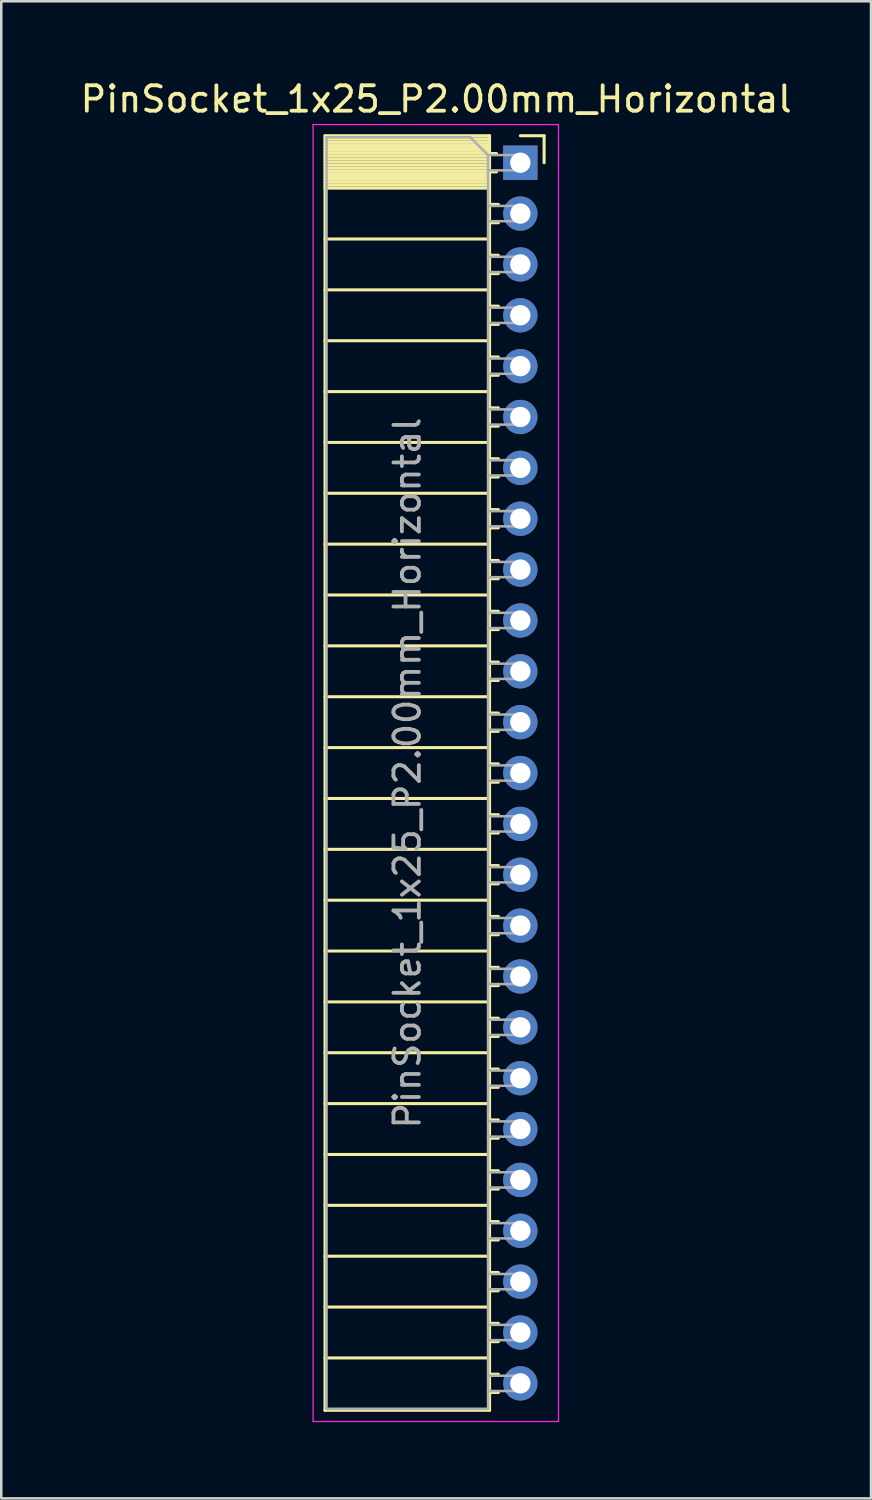
<source format=kicad_pcb>
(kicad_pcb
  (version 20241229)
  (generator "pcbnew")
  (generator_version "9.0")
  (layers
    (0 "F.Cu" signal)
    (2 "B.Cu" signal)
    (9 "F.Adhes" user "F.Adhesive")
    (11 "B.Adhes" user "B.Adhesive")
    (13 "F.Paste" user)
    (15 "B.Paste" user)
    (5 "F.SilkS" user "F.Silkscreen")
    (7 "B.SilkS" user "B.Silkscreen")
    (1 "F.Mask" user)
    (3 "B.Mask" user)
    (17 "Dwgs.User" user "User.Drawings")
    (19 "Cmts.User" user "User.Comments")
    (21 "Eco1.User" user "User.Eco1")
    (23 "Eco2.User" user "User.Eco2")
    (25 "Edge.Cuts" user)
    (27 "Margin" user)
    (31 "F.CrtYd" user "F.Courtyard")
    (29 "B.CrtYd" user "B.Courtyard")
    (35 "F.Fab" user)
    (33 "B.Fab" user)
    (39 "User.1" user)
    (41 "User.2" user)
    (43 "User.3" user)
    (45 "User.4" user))
  (footprint "PinSocket_1x25_P2.00mm_Horizontal"
    (layer "F.Cu")
    (at 17.411 3.348)
    (property "Reference" "PinSocket_1x25_P2.00mm_Horizontal" (at -3.31 -2.5 0) (layer "F.SilkS") (effects (font (size 1 1) (thickness 0.15))))
    (attr through_hole)
    (fp_line (start -7.68 -1.06) (end -7.68 49.06) (stroke (width 0.12) (type solid)) (layer "F.SilkS"))
    (fp_line (start -7.68 -1.06) (end -1.21 -1.06) (stroke (width 0.12) (type solid)) (layer "F.SilkS"))
    (fp_line (start -7.68 -0.94) (end -1.21 -0.94) (stroke (width 0.12) (type solid)) (layer "F.SilkS"))
    (fp_line (start -7.68 -0.826) (end -1.21 -0.826) (stroke (width 0.12) (type solid)) (layer "F.SilkS"))
    (fp_line (start -7.68 -0.712) (end -1.21 -0.712) (stroke (width 0.12) (type solid)) (layer "F.SilkS"))
    (fp_line (start -7.68 -0.598) (end -1.21 -0.598) (stroke (width 0.12) (type solid)) (layer "F.SilkS"))
    (fp_line (start -7.68 -0.484) (end -1.21 -0.484) (stroke (width 0.12) (type solid)) (layer "F.SilkS"))
    (fp_line (start -7.68 -0.369) (end -1.21 -0.369) (stroke (width 0.12) (type solid)) (layer "F.SilkS"))
    (fp_line (start -7.68 -0.255) (end -1.21 -0.255) (stroke (width 0.12) (type solid)) (layer "F.SilkS"))
    (fp_line (start -7.68 -0.141) (end -1.21 -0.141) (stroke (width 0.12) (type solid)) (layer "F.SilkS"))
    (fp_line (start -7.68 -0.027) (end -1.21 -0.027) (stroke (width 0.12) (type solid)) (layer "F.SilkS"))
    (fp_line (start -7.68 0.087) (end -1.21 0.087) (stroke (width 0.12) (type solid)) (layer "F.SilkS"))
    (fp_line (start -7.68 0.201) (end -1.21 0.201) (stroke (width 0.12) (type solid)) (layer "F.SilkS"))
    (fp_line (start -7.68 0.315) (end -1.21 0.315) (stroke (width 0.12) (type solid)) (layer "F.SilkS"))
    (fp_line (start -7.68 0.429) (end -1.21 0.429) (stroke (width 0.12) (type solid)) (layer "F.SilkS"))
    (fp_line (start -7.68 0.544) (end -1.21 0.544) (stroke (width 0.12) (type solid)) (layer "F.SilkS"))
    (fp_line (start -7.68 0.658) (end -1.21 0.658) (stroke (width 0.12) (type solid)) (layer "F.SilkS"))
    (fp_line (start -7.68 0.772) (end -1.21 0.772) (stroke (width 0.12) (type solid)) (layer "F.SilkS"))
    (fp_line (start -7.68 0.886) (end -1.21 0.886) (stroke (width 0.12) (type solid)) (layer "F.SilkS"))
    (fp_line (start -7.68 1) (end -1.21 1) (stroke (width 0.12) (type solid)) (layer "F.SilkS"))
    (fp_line (start -7.68 3) (end -1.21 3) (stroke (width 0.12) (type solid)) (layer "F.SilkS"))
    (fp_line (start -7.68 5) (end -1.21 5) (stroke (width 0.12) (type solid)) (layer "F.SilkS"))
    (fp_line (start -7.68 7) (end -1.21 7) (stroke (width 0.12) (type solid)) (layer "F.SilkS"))
    (fp_line (start -7.68 9) (end -1.21 9) (stroke (width 0.12) (type solid)) (layer "F.SilkS"))
    (fp_line (start -7.68 11) (end -1.21 11) (stroke (width 0.12) (type solid)) (layer "F.SilkS"))
    (fp_line (start -7.68 13) (end -1.21 13) (stroke (width 0.12) (type solid)) (layer "F.SilkS"))
    (fp_line (start -7.68 15) (end -1.21 15) (stroke (width 0.12) (type solid)) (layer "F.SilkS"))
    (fp_line (start -7.68 17) (end -1.21 17) (stroke (width 0.12) (type solid)) (layer "F.SilkS"))
    (fp_line (start -7.68 19) (end -1.21 19) (stroke (width 0.12) (type solid)) (layer "F.SilkS"))
    (fp_line (start -7.68 21) (end -1.21 21) (stroke (width 0.12) (type solid)) (layer "F.SilkS"))
    (fp_line (start -7.68 23) (end -1.21 23) (stroke (width 0.12) (type solid)) (layer "F.SilkS"))
    (fp_line (start -7.68 25) (end -1.21 25) (stroke (width 0.12) (type solid)) (layer "F.SilkS"))
    (fp_line (start -7.68 27) (end -1.21 27) (stroke (width 0.12) (type solid)) (layer "F.SilkS"))
    (fp_line (start -7.68 29) (end -1.21 29) (stroke (width 0.12) (type solid)) (layer "F.SilkS"))
    (fp_line (start -7.68 31) (end -1.21 31) (stroke (width 0.12) (type solid)) (layer "F.SilkS"))
    (fp_line (start -7.68 33) (end -1.21 33) (stroke (width 0.12) (type solid)) (layer "F.SilkS"))
    (fp_line (start -7.68 35) (end -1.21 35) (stroke (width 0.12) (type solid)) (layer "F.SilkS"))
    (fp_line (start -7.68 37) (end -1.21 37) (stroke (width 0.12) (type solid)) (layer "F.SilkS"))
    (fp_line (start -7.68 39) (end -1.21 39) (stroke (width 0.12) (type solid)) (layer "F.SilkS"))
    (fp_line (start -7.68 41) (end -1.21 41) (stroke (width 0.12) (type solid)) (layer "F.SilkS"))
    (fp_line (start -7.68 43) (end -1.21 43) (stroke (width 0.12) (type solid)) (layer "F.SilkS"))
    (fp_line (start -7.68 45) (end -1.21 45) (stroke (width 0.12) (type solid)) (layer "F.SilkS"))
    (fp_line (start -7.68 47) (end -1.21 47) (stroke (width 0.12) (type solid)) (layer "F.SilkS"))
    (fp_line (start -7.68 49.06) (end -1.21 49.06) (stroke (width 0.12) (type solid)) (layer "F.SilkS"))
    (fp_line (start -1.21 -1.06) (end -1.21 49.06) (stroke (width 0.12) (type solid)) (layer "F.SilkS"))
    (fp_line (start -1.21 -0.36) (end -0.935 -0.36) (stroke (width 0.12) (type solid)) (layer "F.SilkS"))
    (fp_line (start -1.21 0.36) (end -0.935 0.36) (stroke (width 0.12) (type solid)) (layer "F.SilkS"))
    (fp_line (start -1.21 1.64) (end -0.863 1.64) (stroke (width 0.12) (type solid)) (layer "F.SilkS"))
    (fp_line (start -1.21 2.36) (end -0.863 2.36) (stroke (width 0.12) (type solid)) (layer "F.SilkS"))
    (fp_line (start -1.21 3.64) (end -0.863 3.64) (stroke (width 0.12) (type solid)) (layer "F.SilkS"))
    (fp_line (start -1.21 4.36) (end -0.863 4.36) (stroke (width 0.12) (type solid)) (layer "F.SilkS"))
    (fp_line (start -1.21 5.64) (end -0.863 5.64) (stroke (width 0.12) (type solid)) (layer "F.SilkS"))
    (fp_line (start -1.21 6.36) (end -0.863 6.36) (stroke (width 0.12) (type solid)) (layer "F.SilkS"))
    (fp_line (start -1.21 7.64) (end -0.863 7.64) (stroke (width 0.12) (type solid)) (layer "F.SilkS"))
    (fp_line (start -1.21 8.36) (end -0.863 8.36) (stroke (width 0.12) (type solid)) (layer "F.SilkS"))
    (fp_line (start -1.21 9.64) (end -0.863 9.64) (stroke (width 0.12) (type solid)) (layer "F.SilkS"))
    (fp_line (start -1.21 10.36) (end -0.863 10.36) (stroke (width 0.12) (type solid)) (layer "F.SilkS"))
    (fp_line (start -1.21 11.64) (end -0.863 11.64) (stroke (width 0.12) (type solid)) (layer "F.SilkS"))
    (fp_line (start -1.21 12.36) (end -0.863 12.36) (stroke (width 0.12) (type solid)) (layer "F.SilkS"))
    (fp_line (start -1.21 13.64) (end -0.863 13.64) (stroke (width 0.12) (type solid)) (layer "F.SilkS"))
    (fp_line (start -1.21 14.36) (end -0.863 14.36) (stroke (width 0.12) (type solid)) (layer "F.SilkS"))
    (fp_line (start -1.21 15.64) (end -0.863 15.64) (stroke (width 0.12) (type solid)) (layer "F.SilkS"))
    (fp_line (start -1.21 16.36) (end -0.863 16.36) (stroke (width 0.12) (type solid)) (layer "F.SilkS"))
    (fp_line (start -1.21 17.64) (end -0.863 17.64) (stroke (width 0.12) (type solid)) (layer "F.SilkS"))
    (fp_line (start -1.21 18.36) (end -0.863 18.36) (stroke (width 0.12) (type solid)) (layer "F.SilkS"))
    (fp_line (start -1.21 19.64) (end -0.863 19.64) (stroke (width 0.12) (type solid)) (layer "F.SilkS"))
    (fp_line (start -1.21 20.36) (end -0.863 20.36) (stroke (width 0.12) (type solid)) (layer "F.SilkS"))
    (fp_line (start -1.21 21.64) (end -0.863 21.64) (stroke (width 0.12) (type solid)) (layer "F.SilkS"))
    (fp_line (start -1.21 22.36) (end -0.863 22.36) (stroke (width 0.12) (type solid)) (layer "F.SilkS"))
    (fp_line (start -1.21 23.64) (end -0.863 23.64) (stroke (width 0.12) (type solid)) (layer "F.SilkS"))
    (fp_line (start -1.21 24.36) (end -0.863 24.36) (stroke (width 0.12) (type solid)) (layer "F.SilkS"))
    (fp_line (start -1.21 25.64) (end -0.863 25.64) (stroke (width 0.12) (type solid)) (layer "F.SilkS"))
    (fp_line (start -1.21 26.36) (end -0.863 26.36) (stroke (width 0.12) (type solid)) (layer "F.SilkS"))
    (fp_line (start -1.21 27.64) (end -0.863 27.64) (stroke (width 0.12) (type solid)) (layer "F.SilkS"))
    (fp_line (start -1.21 28.36) (end -0.863 28.36) (stroke (width 0.12) (type solid)) (layer "F.SilkS"))
    (fp_line (start -1.21 29.64) (end -0.863 29.64) (stroke (width 0.12) (type solid)) (layer "F.SilkS"))
    (fp_line (start -1.21 30.36) (end -0.863 30.36) (stroke (width 0.12) (type solid)) (layer "F.SilkS"))
    (fp_line (start -1.21 31.64) (end -0.863 31.64) (stroke (width 0.12) (type solid)) (layer "F.SilkS"))
    (fp_line (start -1.21 32.36) (end -0.863 32.36) (stroke (width 0.12) (type solid)) (layer "F.SilkS"))
    (fp_line (start -1.21 33.64) (end -0.863 33.64) (stroke (width 0.12) (type solid)) (layer "F.SilkS"))
    (fp_line (start -1.21 34.36) (end -0.863 34.36) (stroke (width 0.12) (type solid)) (layer "F.SilkS"))
    (fp_line (start -1.21 35.64) (end -0.863 35.64) (stroke (width 0.12) (type solid)) (layer "F.SilkS"))
    (fp_line (start -1.21 36.36) (end -0.863 36.36) (stroke (width 0.12) (type solid)) (layer "F.SilkS"))
    (fp_line (start -1.21 37.64) (end -0.863 37.64) (stroke (width 0.12) (type solid)) (layer "F.SilkS"))
    (fp_line (start -1.21 38.36) (end -0.863 38.36) (stroke (width 0.12) (type solid)) (layer "F.SilkS"))
    (fp_line (start -1.21 39.64) (end -0.863 39.64) (stroke (width 0.12) (type solid)) (layer "F.SilkS"))
    (fp_line (start -1.21 40.36) (end -0.863 40.36) (stroke (width 0.12) (type solid)) (layer "F.SilkS"))
    (fp_line (start -1.21 41.64) (end -0.863 41.64) (stroke (width 0.12) (type solid)) (layer "F.SilkS"))
    (fp_line (start -1.21 42.36) (end -0.863 42.36) (stroke (width 0.12) (type solid)) (layer "F.SilkS"))
    (fp_line (start -1.21 43.64) (end -0.863 43.64) (stroke (width 0.12) (type solid)) (layer "F.SilkS"))
    (fp_line (start -1.21 44.36) (end -0.863 44.36) (stroke (width 0.12) (type solid)) (layer "F.SilkS"))
    (fp_line (start -1.21 45.64) (end -0.863 45.64) (stroke (width 0.12) (type solid)) (layer "F.SilkS"))
    (fp_line (start -1.21 46.36) (end -0.863 46.36) (stroke (width 0.12) (type solid)) (layer "F.SilkS"))
    (fp_line (start -1.21 47.64) (end -0.863 47.64) (stroke (width 0.12) (type solid)) (layer "F.SilkS"))
    (fp_line (start -1.21 48.36) (end -0.863 48.36) (stroke (width 0.12) (type solid)) (layer "F.SilkS"))
    (fp_line (start 0 -1.06) (end 0.935 -1.06) (stroke (width 0.12) (type solid)) (layer "F.SilkS"))
    (fp_line (start 0.935 -1.06) (end 0.935 0) (stroke (width 0.12) (type solid)) (layer "F.SilkS"))
    (fp_line (start -8.15 -1.5) (end -8.15 49.5) (stroke (width 0.05) (type solid)) (layer "F.CrtYd"))
    (fp_line (start -8.15 49.5) (end 1.5 49.5) (stroke (width 0.05) (type solid)) (layer "F.CrtYd"))
    (fp_line (start 1.5 -1.5) (end -8.15 -1.5) (stroke (width 0.05) (type solid)) (layer "F.CrtYd"))
    (fp_line (start 1.5 49.5) (end 1.5 -1.5) (stroke (width 0.05) (type solid)) (layer "F.CrtYd"))
    (fp_line (start -7.62 -1) (end -1.97 -1) (stroke (width 0.1) (type solid)) (layer "F.Fab"))
    (fp_line (start -7.62 49) (end -7.62 -1) (stroke (width 0.1) (type solid)) (layer "F.Fab"))
    (fp_line (start -1.97 -1) (end -1.27 -0.3) (stroke (width 0.1) (type solid)) (layer "F.Fab"))
    (fp_line (start -1.27 -0.3) (end -1.27 49) (stroke (width 0.1) (type solid)) (layer "F.Fab"))
    (fp_line (start -1.27 0.3) (end 0 0.3) (stroke (width 0.1) (type solid)) (layer "F.Fab"))
    (fp_line (start -1.27 2.3) (end 0 2.3) (stroke (width 0.1) (type solid)) (layer "F.Fab"))
    (fp_line (start -1.27 4.3) (end 0 4.3) (stroke (width 0.1) (type solid)) (layer "F.Fab"))
    (fp_line (start -1.27 6.3) (end 0 6.3) (stroke (width 0.1) (type solid)) (layer "F.Fab"))
    (fp_line (start -1.27 8.3) (end 0 8.3) (stroke (width 0.1) (type solid)) (layer "F.Fab"))
    (fp_line (start -1.27 10.3) (end 0 10.3) (stroke (width 0.1) (type solid)) (layer "F.Fab"))
    (fp_line (start -1.27 12.3) (end 0 12.3) (stroke (width 0.1) (type solid)) (layer "F.Fab"))
    (fp_line (start -1.27 14.3) (end 0 14.3) (stroke (width 0.1) (type solid)) (layer "F.Fab"))
    (fp_line (start -1.27 16.3) (end 0 16.3) (stroke (width 0.1) (type solid)) (layer "F.Fab"))
    (fp_line (start -1.27 18.3) (end 0 18.3) (stroke (width 0.1) (type solid)) (layer "F.Fab"))
    (fp_line (start -1.27 20.3) (end 0 20.3) (stroke (width 0.1) (type solid)) (layer "F.Fab"))
    (fp_line (start -1.27 22.3) (end 0 22.3) (stroke (width 0.1) (type solid)) (layer "F.Fab"))
    (fp_line (start -1.27 24.3) (end 0 24.3) (stroke (width 0.1) (type solid)) (layer "F.Fab"))
    (fp_line (start -1.27 26.3) (end 0 26.3) (stroke (width 0.1) (type solid)) (layer "F.Fab"))
    (fp_line (start -1.27 28.3) (end 0 28.3) (stroke (width 0.1) (type solid)) (layer "F.Fab"))
    (fp_line (start -1.27 30.3) (end 0 30.3) (stroke (width 0.1) (type solid)) (layer "F.Fab"))
    (fp_line (start -1.27 32.3) (end 0 32.3) (stroke (width 0.1) (type solid)) (layer "F.Fab"))
    (fp_line (start -1.27 34.3) (end 0 34.3) (stroke (width 0.1) (type solid)) (layer "F.Fab"))
    (fp_line (start -1.27 36.3) (end 0 36.3) (stroke (width 0.1) (type solid)) (layer "F.Fab"))
    (fp_line (start -1.27 38.3) (end 0 38.3) (stroke (width 0.1) (type solid)) (layer "F.Fab"))
    (fp_line (start -1.27 40.3) (end 0 40.3) (stroke (width 0.1) (type solid)) (layer "F.Fab"))
    (fp_line (start -1.27 42.3) (end 0 42.3) (stroke (width 0.1) (type solid)) (layer "F.Fab"))
    (fp_line (start -1.27 44.3) (end 0 44.3) (stroke (width 0.1) (type solid)) (layer "F.Fab"))
    (fp_line (start -1.27 46.3) (end 0 46.3) (stroke (width 0.1) (type solid)) (layer "F.Fab"))
    (fp_line (start -1.27 48.3) (end 0 48.3) (stroke (width 0.1) (type solid)) (layer "F.Fab"))
    (fp_line (start -1.27 49) (end -7.62 49) (stroke (width 0.1) (type solid)) (layer "F.Fab"))
    (fp_line (start 0 -0.3) (end -1.27 -0.3) (stroke (width 0.1) (type solid)) (layer "F.Fab"))
    (fp_line (start 0 0.3) (end 0 -0.3) (stroke (width 0.1) (type solid)) (layer "F.Fab"))
    (fp_line (start 0 1.7) (end -1.27 1.7) (stroke (width 0.1) (type solid)) (layer "F.Fab"))
    (fp_line (start 0 2.3) (end 0 1.7) (stroke (width 0.1) (type solid)) (layer "F.Fab"))
    (fp_line (start 0 3.7) (end -1.27 3.7) (stroke (width 0.1) (type solid)) (layer "F.Fab"))
    (fp_line (start 0 4.3) (end 0 3.7) (stroke (width 0.1) (type solid)) (layer "F.Fab"))
    (fp_line (start 0 5.7) (end -1.27 5.7) (stroke (width 0.1) (type solid)) (layer "F.Fab"))
    (fp_line (start 0 6.3) (end 0 5.7) (stroke (width 0.1) (type solid)) (layer "F.Fab"))
    (fp_line (start 0 7.7) (end -1.27 7.7) (stroke (width 0.1) (type solid)) (layer "F.Fab"))
    (fp_line (start 0 8.3) (end 0 7.7) (stroke (width 0.1) (type solid)) (layer "F.Fab"))
    (fp_line (start 0 9.7) (end -1.27 9.7) (stroke (width 0.1) (type solid)) (layer "F.Fab"))
    (fp_line (start 0 10.3) (end 0 9.7) (stroke (width 0.1) (type solid)) (layer "F.Fab"))
    (fp_line (start 0 11.7) (end -1.27 11.7) (stroke (width 0.1) (type solid)) (layer "F.Fab"))
    (fp_line (start 0 12.3) (end 0 11.7) (stroke (width 0.1) (type solid)) (layer "F.Fab"))
    (fp_line (start 0 13.7) (end -1.27 13.7) (stroke (width 0.1) (type solid)) (layer "F.Fab"))
    (fp_line (start 0 14.3) (end 0 13.7) (stroke (width 0.1) (type solid)) (layer "F.Fab"))
    (fp_line (start 0 15.7) (end -1.27 15.7) (stroke (width 0.1) (type solid)) (layer "F.Fab"))
    (fp_line (start 0 16.3) (end 0 15.7) (stroke (width 0.1) (type solid)) (layer "F.Fab"))
    (fp_line (start 0 17.7) (end -1.27 17.7) (stroke (width 0.1) (type solid)) (layer "F.Fab"))
    (fp_line (start 0 18.3) (end 0 17.7) (stroke (width 0.1) (type solid)) (layer "F.Fab"))
    (fp_line (start 0 19.7) (end -1.27 19.7) (stroke (width 0.1) (type solid)) (layer "F.Fab"))
    (fp_line (start 0 20.3) (end 0 19.7) (stroke (width 0.1) (type solid)) (layer "F.Fab"))
    (fp_line (start 0 21.7) (end -1.27 21.7) (stroke (width 0.1) (type solid)) (layer "F.Fab"))
    (fp_line (start 0 22.3) (end 0 21.7) (stroke (width 0.1) (type solid)) (layer "F.Fab"))
    (fp_line (start 0 23.7) (end -1.27 23.7) (stroke (width 0.1) (type solid)) (layer "F.Fab"))
    (fp_line (start 0 24.3) (end 0 23.7) (stroke (width 0.1) (type solid)) (layer "F.Fab"))
    (fp_line (start 0 25.7) (end -1.27 25.7) (stroke (width 0.1) (type solid)) (layer "F.Fab"))
    (fp_line (start 0 26.3) (end 0 25.7) (stroke (width 0.1) (type solid)) (layer "F.Fab"))
    (fp_line (start 0 27.7) (end -1.27 27.7) (stroke (width 0.1) (type solid)) (layer "F.Fab"))
    (fp_line (start 0 28.3) (end 0 27.7) (stroke (width 0.1) (type solid)) (layer "F.Fab"))
    (fp_line (start 0 29.7) (end -1.27 29.7) (stroke (width 0.1) (type solid)) (layer "F.Fab"))
    (fp_line (start 0 30.3) (end 0 29.7) (stroke (width 0.1) (type solid)) (layer "F.Fab"))
    (fp_line (start 0 31.7) (end -1.27 31.7) (stroke (width 0.1) (type solid)) (layer "F.Fab"))
    (fp_line (start 0 32.3) (end 0 31.7) (stroke (width 0.1) (type solid)) (layer "F.Fab"))
    (fp_line (start 0 33.7) (end -1.27 33.7) (stroke (width 0.1) (type solid)) (layer "F.Fab"))
    (fp_line (start 0 34.3) (end 0 33.7) (stroke (width 0.1) (type solid)) (layer "F.Fab"))
    (fp_line (start 0 35.7) (end -1.27 35.7) (stroke (width 0.1) (type solid)) (layer "F.Fab"))
    (fp_line (start 0 36.3) (end 0 35.7) (stroke (width 0.1) (type solid)) (layer "F.Fab"))
    (fp_line (start 0 37.7) (end -1.27 37.7) (stroke (width 0.1) (type solid)) (layer "F.Fab"))
    (fp_line (start 0 38.3) (end 0 37.7) (stroke (width 0.1) (type solid)) (layer "F.Fab"))
    (fp_line (start 0 39.7) (end -1.27 39.7) (stroke (width 0.1) (type solid)) (layer "F.Fab"))
    (fp_line (start 0 40.3) (end 0 39.7) (stroke (width 0.1) (type solid)) (layer "F.Fab"))
    (fp_line (start 0 41.7) (end -1.27 41.7) (stroke (width 0.1) (type solid)) (layer "F.Fab"))
    (fp_line (start 0 42.3) (end 0 41.7) (stroke (width 0.1) (type solid)) (layer "F.Fab"))
    (fp_line (start 0 43.7) (end -1.27 43.7) (stroke (width 0.1) (type solid)) (layer "F.Fab"))
    (fp_line (start 0 44.3) (end 0 43.7) (stroke (width 0.1) (type solid)) (layer "F.Fab"))
    (fp_line (start 0 45.7) (end -1.27 45.7) (stroke (width 0.1) (type solid)) (layer "F.Fab"))
    (fp_line (start 0 46.3) (end 0 45.7) (stroke (width 0.1) (type solid)) (layer "F.Fab"))
    (fp_line (start 0 47.7) (end -1.27 47.7) (stroke (width 0.1) (type solid)) (layer "F.Fab"))
    (fp_line (start 0 48.3) (end 0 47.7) (stroke (width 0.1) (type solid)) (layer "F.Fab"))
    (fp_text user "${REFERENCE}" (at -4.445 24 90) (layer "F.Fab") (effects (font (size 1 1) (thickness 0.15))))
    (pad "1" thru_hole rect (at 0 0) (size 1.35 1.35) (drill 0.8) (layers "*.Cu" "*.Mask"))
    (pad "2" thru_hole oval (at 0 2) (size 1.35 1.35) (drill 0.8) (layers "*.Cu" "*.Mask"))
    (pad "3" thru_hole oval (at 0 4) (size 1.35 1.35) (drill 0.8) (layers "*.Cu" "*.Mask"))
    (pad "4" thru_hole oval (at 0 6) (size 1.35 1.35) (drill 0.8) (layers "*.Cu" "*.Mask"))
    (pad "5" thru_hole oval (at 0 8) (size 1.35 1.35) (drill 0.8) (layers "*.Cu" "*.Mask"))
    (pad "6" thru_hole oval (at 0 10) (size 1.35 1.35) (drill 0.8) (layers "*.Cu" "*.Mask"))
    (pad "7" thru_hole oval (at 0 12) (size 1.35 1.35) (drill 0.8) (layers "*.Cu" "*.Mask"))
    (pad "8" thru_hole oval (at 0 14) (size 1.35 1.35) (drill 0.8) (layers "*.Cu" "*.Mask"))
    (pad "9" thru_hole oval (at 0 16) (size 1.35 1.35) (drill 0.8) (layers "*.Cu" "*.Mask"))
    (pad "10" thru_hole oval (at 0 18) (size 1.35 1.35) (drill 0.8) (layers "*.Cu" "*.Mask"))
    (pad "11" thru_hole oval (at 0 20) (size 1.35 1.35) (drill 0.8) (layers "*.Cu" "*.Mask"))
    (pad "12" thru_hole oval (at 0 22) (size 1.35 1.35) (drill 0.8) (layers "*.Cu" "*.Mask"))
    (pad "13" thru_hole oval (at 0 24) (size 1.35 1.35) (drill 0.8) (layers "*.Cu" "*.Mask"))
    (pad "14" thru_hole oval (at 0 26) (size 1.35 1.35) (drill 0.8) (layers "*.Cu" "*.Mask"))
    (pad "15" thru_hole oval (at 0 28) (size 1.35 1.35) (drill 0.8) (layers "*.Cu" "*.Mask"))
    (pad "16" thru_hole oval (at 0 30) (size 1.35 1.35) (drill 0.8) (layers "*.Cu" "*.Mask"))
    (pad "17" thru_hole oval (at 0 32) (size 1.35 1.35) (drill 0.8) (layers "*.Cu" "*.Mask"))
    (pad "18" thru_hole oval (at 0 34) (size 1.35 1.35) (drill 0.8) (layers "*.Cu" "*.Mask"))
    (pad "19" thru_hole oval (at 0 36) (size 1.35 1.35) (drill 0.8) (layers "*.Cu" "*.Mask"))
    (pad "20" thru_hole oval (at 0 38) (size 1.35 1.35) (drill 0.8) (layers "*.Cu" "*.Mask"))
    (pad "21" thru_hole oval (at 0 40) (size 1.35 1.35) (drill 0.8) (layers "*.Cu" "*.Mask"))
    (pad "22" thru_hole oval (at 0 42) (size 1.35 1.35) (drill 0.8) (layers "*.Cu" "*.Mask"))
    (pad "23" thru_hole oval (at 0 44) (size 1.35 1.35) (drill 0.8) (layers "*.Cu" "*.Mask"))
    (pad "24" thru_hole oval (at 0 46) (size 1.35 1.35) (drill 0.8) (layers "*.Cu" "*.Mask"))
    (pad "25" thru_hole oval (at 0 48) (size 1.35 1.35) (drill 0.8) (layers "*.Cu" "*.Mask")))
  (gr_rect
    (start -3 -3)
    (end 31.202 55.873)
    (stroke (width 0.1) (type default))
    (fill no)
    (layer "Edge.Cuts")))
</source>
